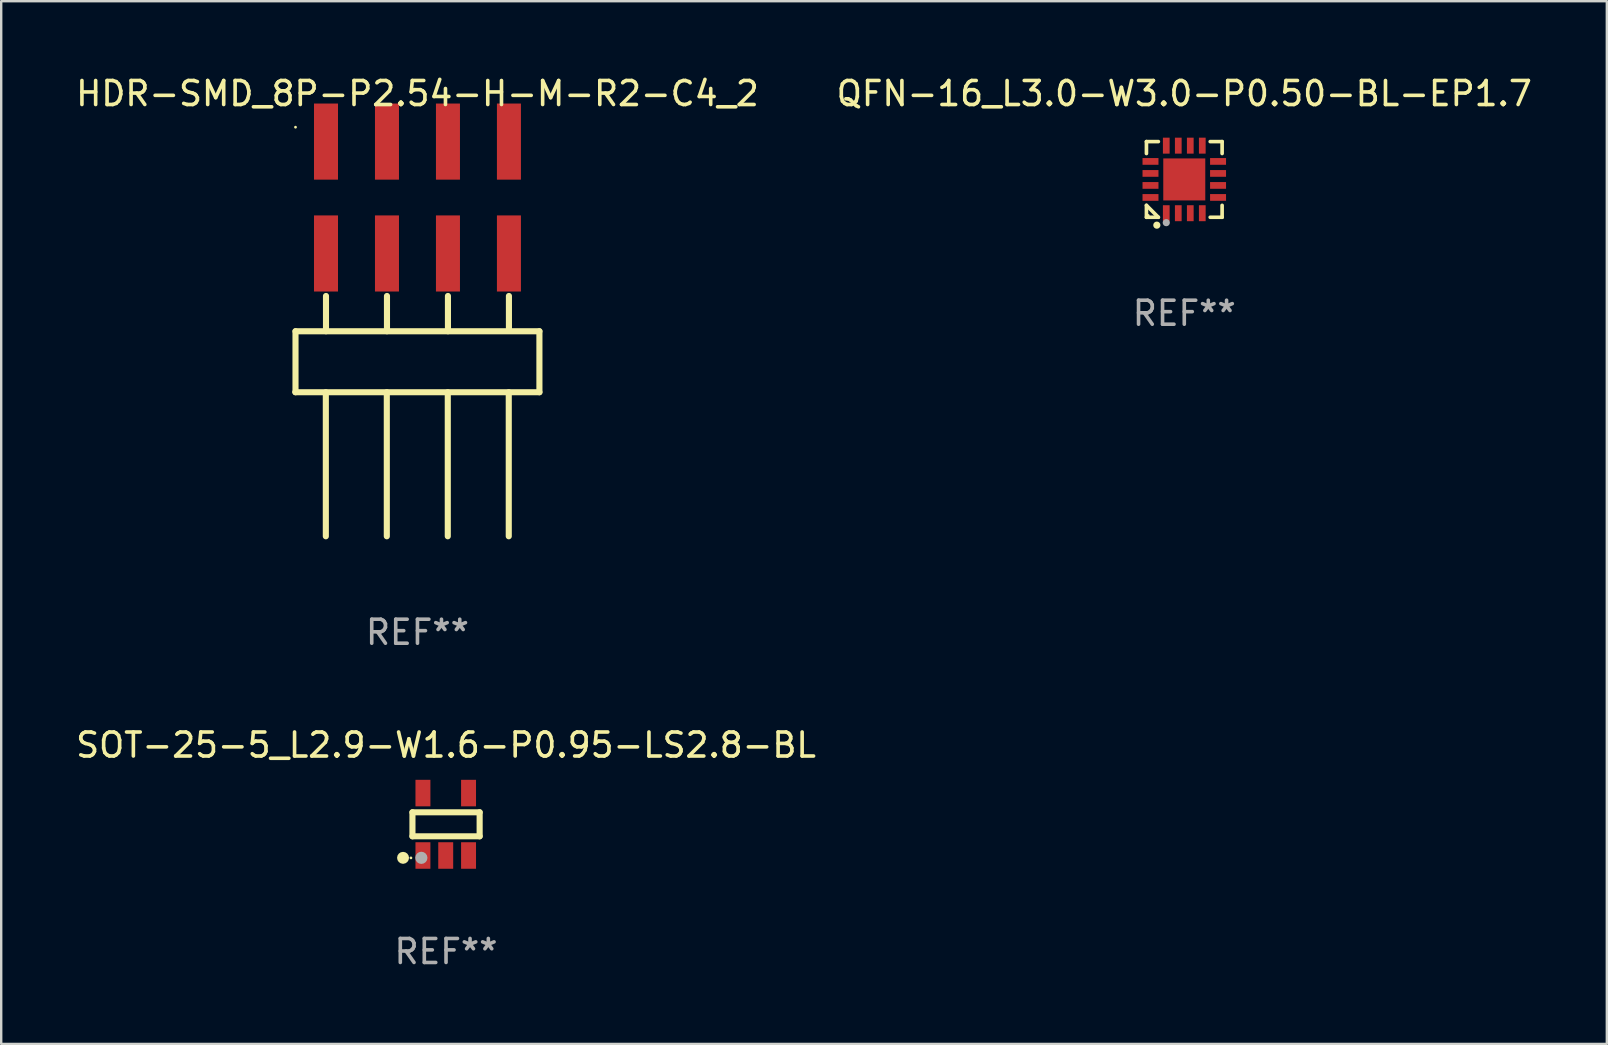
<source format=kicad_pcb>
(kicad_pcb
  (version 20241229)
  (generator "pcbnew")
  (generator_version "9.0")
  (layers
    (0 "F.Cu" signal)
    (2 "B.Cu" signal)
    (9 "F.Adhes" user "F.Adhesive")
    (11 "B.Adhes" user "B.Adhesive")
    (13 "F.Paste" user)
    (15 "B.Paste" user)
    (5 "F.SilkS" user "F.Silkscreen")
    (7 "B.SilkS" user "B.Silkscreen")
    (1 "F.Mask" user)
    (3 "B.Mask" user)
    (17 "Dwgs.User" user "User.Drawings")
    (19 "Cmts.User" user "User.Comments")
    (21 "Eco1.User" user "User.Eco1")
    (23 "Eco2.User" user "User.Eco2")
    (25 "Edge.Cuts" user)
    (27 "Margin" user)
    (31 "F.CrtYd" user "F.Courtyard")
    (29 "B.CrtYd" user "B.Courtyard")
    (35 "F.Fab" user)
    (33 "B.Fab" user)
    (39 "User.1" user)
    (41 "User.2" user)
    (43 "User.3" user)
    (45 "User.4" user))
  (footprint "QFN-16_L3.0-W3.0-P0.50-BL-EP1.7"
    (layer "F.Cu")
    (at 46.28 4.424)
    (property "Reference" "QFN-16_L3.0-W3.0-P0.50-BL-EP1.7" (at 0 -3.576 0) (layer "F.SilkS") (effects (font (size 1 1) (thickness 0.15))))
    (attr through_hole)
    (fp_line (start -1.576 -1.576) (end -1.08 -1.576) (stroke (width 0.152) (type solid)) (layer "F.SilkS"))
    (fp_line (start -1.576 -1.08) (end -1.576 -1.576) (stroke (width 0.152) (type solid)) (layer "F.SilkS"))
    (fp_line (start -1.576 1.08) (end -1.576 1.576) (stroke (width 0.152) (type solid)) (layer "F.SilkS"))
    (fp_line (start -1.576 1.576) (end -1.08 1.576) (stroke (width 0.152) (type solid)) (layer "F.SilkS"))
    (fp_line (start -1.08 1.576) (end -1.576 1.08) (stroke (width 0.152) (type solid)) (layer "F.SilkS"))
    (fp_line (start 1.576 -1.576) (end 1.08 -1.576) (stroke (width 0.152) (type solid)) (layer "F.SilkS"))
    (fp_line (start 1.576 -1.08) (end 1.576 -1.576) (stroke (width 0.152) (type solid)) (layer "F.SilkS"))
    (fp_line (start 1.576 1.08) (end 1.576 1.576) (stroke (width 0.152) (type solid)) (layer "F.SilkS"))
    (fp_line (start 1.576 1.576) (end 1.08 1.576) (stroke (width 0.152) (type solid)) (layer "F.SilkS"))
    (fp_circle (center -1.5 1.5) (end -1.47 1.5) (stroke (width 0.06) (type solid)) (fill no) (layer "F.SilkS"))
    (fp_circle (center -1.143 1.905) (end -1.068 1.905) (stroke (width 0.15) (type solid)) (fill no) (layer "F.SilkS"))
    (fp_circle (center -0.75 1.8) (end -0.675 1.8) (stroke (width 0.15) (type solid)) (fill no) (layer "F.Fab"))
    (fp_text user "REF**" (at 0 5.576 0) (layer "F.Fab") (effects (font (size 1 1) (thickness 0.15))))
    (pad "1" smd rect (at -0.75 1.407) (size 0.28 0.665) (layers "F.Cu" "F.Mask" "F.Paste"))
    (pad "2" smd rect (at -0.25 1.407) (size 0.28 0.665) (layers "F.Cu" "F.Mask" "F.Paste"))
    (pad "3" smd rect (at 0.25 1.407) (size 0.28 0.665) (layers "F.Cu" "F.Mask" "F.Paste"))
    (pad "4" smd rect (at 0.75 1.407) (size 0.28 0.665) (layers "F.Cu" "F.Mask" "F.Paste"))
    (pad "5" smd rect (at 1.407 0.75) (size 0.665 0.28) (layers "F.Cu" "F.Mask" "F.Paste"))
    (pad "6" smd rect (at 1.407 0.25) (size 0.665 0.28) (layers "F.Cu" "F.Mask" "F.Paste"))
    (pad "7" smd rect (at 1.407 -0.25) (size 0.665 0.28) (layers "F.Cu" "F.Mask" "F.Paste"))
    (pad "8" smd rect (at 1.407 -0.75) (size 0.665 0.28) (layers "F.Cu" "F.Mask" "F.Paste"))
    (pad "9" smd rect (at 0.75 -1.407) (size 0.28 0.665) (layers "F.Cu" "F.Mask" "F.Paste"))
    (pad "10" smd rect (at 0.25 -1.407) (size 0.28 0.665) (layers "F.Cu" "F.Mask" "F.Paste"))
    (pad "11" smd rect (at -0.25 -1.407) (size 0.28 0.665) (layers "F.Cu" "F.Mask" "F.Paste"))
    (pad "12" smd rect (at -0.75 -1.407) (size 0.28 0.665) (layers "F.Cu" "F.Mask" "F.Paste"))
    (pad "13" smd rect (at -1.407 -0.75) (size 0.665 0.28) (layers "F.Cu" "F.Mask" "F.Paste"))
    (pad "14" smd rect (at -1.407 -0.25) (size 0.665 0.28) (layers "F.Cu" "F.Mask" "F.Paste"))
    (pad "15" smd rect (at -1.407 0.25) (size 0.665 0.28) (layers "F.Cu" "F.Mask" "F.Paste"))
    (pad "16" smd rect (at -1.407 0.75) (size 0.665 0.28) (layers "F.Cu" "F.Mask" "F.Paste"))
    (pad "17" smd rect (at 0 0) (size 1.75 1.75) (layers "F.Cu" "F.Mask" "F.Paste")))
  (footprint "HDR-SMD_8P-P2.54-H-M-R2-C4_2"
    (layer "F.Cu")
    (at 14.339 5.178)
    (property "Reference" "HDR-SMD_8P-P2.54-H-M-R2-C4_2" (at -0.000025 -4.33 0) (layer "F.SilkS") (effects (font (size 1 1) (thickness 0.15))))
    (attr through_hole)
    (fp_line (start -5.08 5.57) (end -5.08 8.1) (stroke (width 0.254) (type solid)) (layer "F.SilkS"))
    (fp_line (start -5.08 8.1) (end -5.08 8.11) (stroke (width 0.254) (type solid)) (layer "F.SilkS"))
    (fp_line (start -5.08 8.11) (end 5.08 8.11) (stroke (width 0.254) (type solid)) (layer "F.SilkS"))
    (fp_line (start -3.817 8.11) (end -3.817 14.11) (stroke (width 0.254) (type solid)) (layer "F.SilkS"))
    (fp_line (start -3.81 4.1) (end -3.81 5.57) (stroke (width 0.254) (type solid)) (layer "F.SilkS"))
    (fp_line (start -1.277 8.11) (end -1.277 14.11) (stroke (width 0.254) (type solid)) (layer "F.SilkS"))
    (fp_line (start -1.27 4.1) (end -1.27 5.57) (stroke (width 0.254) (type solid)) (layer "F.SilkS"))
    (fp_line (start 1.263 8.11) (end 1.263 14.11) (stroke (width 0.254) (type solid)) (layer "F.SilkS"))
    (fp_line (start 1.27 4.1) (end 1.27 5.57) (stroke (width 0.254) (type solid)) (layer "F.SilkS"))
    (fp_line (start 3.803 8.11) (end 3.803 14.11) (stroke (width 0.254) (type solid)) (layer "F.SilkS"))
    (fp_line (start 3.81 4.1) (end 3.81 5.5) (stroke (width 0.254) (type solid)) (layer "F.SilkS"))
    (fp_line (start 5.08 5.57) (end -5.08 5.57) (stroke (width 0.254) (type solid)) (layer "F.SilkS"))
    (fp_line (start 5.08 8.11) (end 5.08 5.57) (stroke (width 0.254) (type solid)) (layer "F.SilkS"))
    (fp_circle (center -5.08 -2.93) (end -5.05 -2.93) (stroke (width 0.06) (type solid)) (fill no) (layer "F.SilkS"))
    (fp_text user "REF**" (at -0.000025 18.11 0) (layer "F.Fab") (effects (font (size 1 1) (thickness 0.15))))
    (pad "1" smd rect (at -3.81 -2.33) (size 1 3.17) (layers "F.Cu" "F.Mask" "F.Paste"))
    (pad "2" smd rect (at -3.81 2.33) (size 1 3.17) (layers "F.Cu" "F.Mask" "F.Paste"))
    (pad "3" smd rect (at -1.27 -2.33) (size 1 3.17) (layers "F.Cu" "F.Mask" "F.Paste"))
    (pad "4" smd rect (at -1.27 2.33) (size 1 3.17) (layers "F.Cu" "F.Mask" "F.Paste"))
    (pad "5" smd rect (at 1.27 -2.33) (size 1 3.17) (layers "F.Cu" "F.Mask" "F.Paste"))
    (pad "6" smd rect (at 1.27 2.33) (size 1 3.17) (layers "F.Cu" "F.Mask" "F.Paste"))
    (pad "7" smd rect (at 3.81 -2.33) (size 1 3.17) (layers "F.Cu" "F.Mask" "F.Paste"))
    (pad "8" smd rect (at 3.81 2.33) (size 1 3.17) (layers "F.Cu" "F.Mask" "F.Paste")))
  (footprint "SOT-25-5_L2.9-W1.6-P0.95-LS2.8-BL"
    (layer "F.Cu")
    (at 15.517 31.285)
    (property "Reference" "SOT-25-5_L2.9-W1.6-P0.95-LS2.8-BL" (at 0.012 -3.3 0) (layer "F.SilkS") (effects (font (size 1 1) (thickness 0.15))))
    (attr through_hole)
    (fp_line (start -1.387 -0.5) (end 1.412 -0.5) (stroke (width 0.254) (type solid)) (layer "F.SilkS"))
    (fp_line (start -1.387 0.5) (end -1.387 -0.5) (stroke (width 0.254) (type solid)) (layer "F.SilkS"))
    (fp_line (start 1.412 -0.5) (end 1.412 0.5) (stroke (width 0.254) (type solid)) (layer "F.SilkS"))
    (fp_line (start 1.412 0.5) (end -1.387 0.5) (stroke (width 0.254) (type solid)) (layer "F.SilkS"))
    (fp_arc (start -1.779578 1.521463) (mid -1.778282 1.272549) (end -1.777089 1.521464) (stroke (width 0.24892) (type solid)) (layer "F.SilkS"))
    (fp_circle (center -1.45 1.4) (end -1.42 1.4) (stroke (width 0.06) (type solid)) (fill no) (layer "F.SilkS"))
    (fp_circle (center -1.016 1.397) (end -0.889 1.397) (stroke (width 0.254) (type solid)) (fill no) (layer "F.Fab"))
    (fp_text user "REF**" (at 0.012 5.3 0) (layer "F.Fab") (effects (font (size 1 1) (thickness 0.15))))
    (pad "1" smd rect (at -0.95 1.3) (size 0.622 1.105) (layers "F.Cu" "F.Mask" "F.Paste"))
    (pad "2" smd rect (at -0.001 1.3) (size 0.622 1.105) (layers "F.Cu" "F.Mask" "F.Paste"))
    (pad "3" smd rect (at 0.95 1.3) (size 0.622 1.105) (layers "F.Cu" "F.Mask" "F.Paste"))
    (pad "4" smd rect (at 0.95 -1.3) (size 0.622 1.105) (layers "F.Cu" "F.Mask" "F.Paste"))
    (pad "5" smd rect (at -0.95 -1.3) (size 0.622 1.105) (layers "F.Cu" "F.Mask" "F.Paste")))
  (gr_rect
    (start -3 -3)
    (end 63.881 40.433)
    (stroke (width 0.1) (type default))
    (fill no)
    (layer "Edge.Cuts")))
</source>
